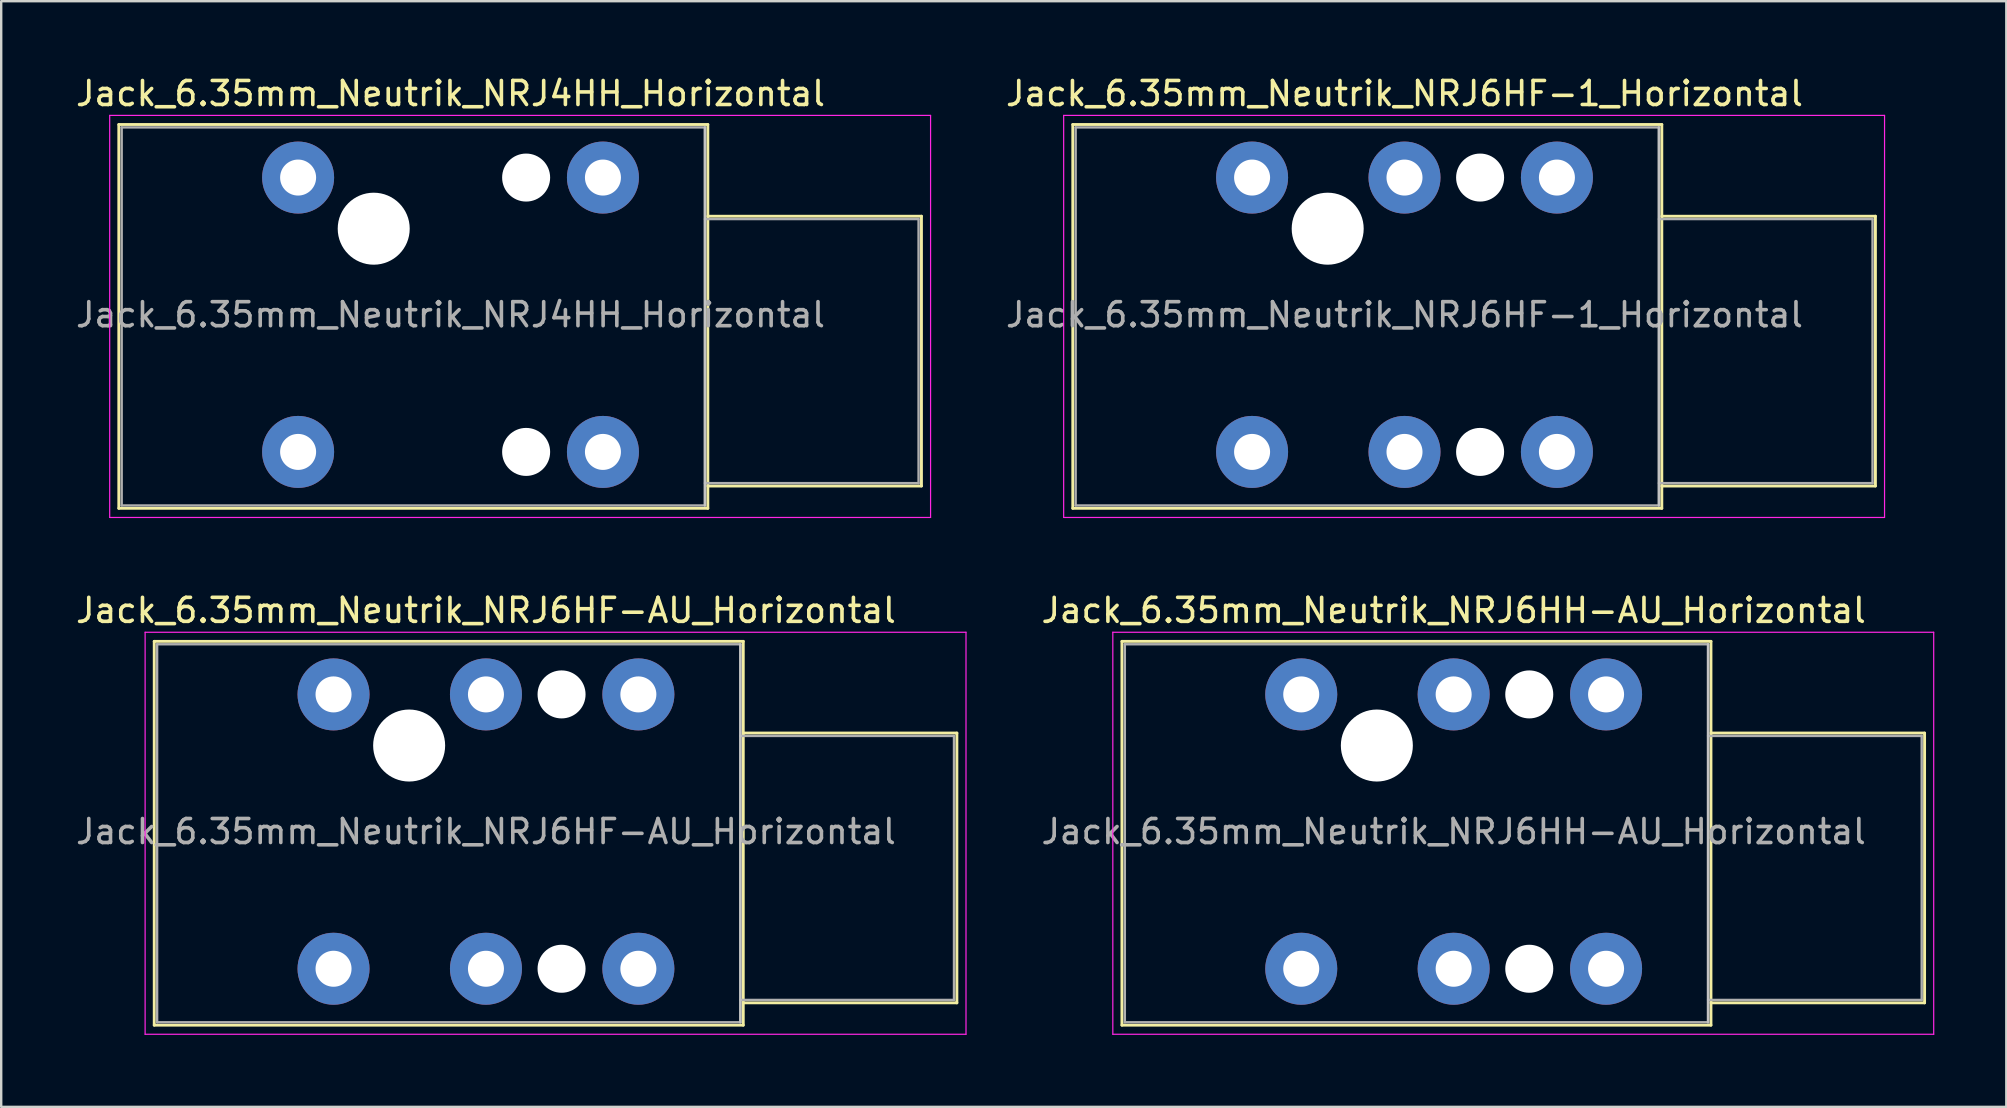
<source format=kicad_pcb>
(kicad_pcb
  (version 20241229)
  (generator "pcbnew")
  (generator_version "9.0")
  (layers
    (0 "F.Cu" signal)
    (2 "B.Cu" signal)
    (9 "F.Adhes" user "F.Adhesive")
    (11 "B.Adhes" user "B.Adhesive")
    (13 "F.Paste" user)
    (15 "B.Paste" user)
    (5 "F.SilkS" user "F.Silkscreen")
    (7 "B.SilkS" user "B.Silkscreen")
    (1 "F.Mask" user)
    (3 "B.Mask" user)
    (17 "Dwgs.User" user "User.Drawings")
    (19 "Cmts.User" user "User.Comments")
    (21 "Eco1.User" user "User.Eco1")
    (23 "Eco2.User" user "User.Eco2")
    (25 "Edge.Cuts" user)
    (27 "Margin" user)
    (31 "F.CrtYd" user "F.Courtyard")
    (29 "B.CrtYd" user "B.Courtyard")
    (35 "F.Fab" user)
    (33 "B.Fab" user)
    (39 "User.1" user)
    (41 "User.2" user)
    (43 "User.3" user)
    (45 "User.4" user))
  (footprint "Jack_6.35mm_Neutrik_NRJ6HF-1_Horizontal"
    (layer "F.Cu")
    (at 49.115 4.348)
    (property "Reference" "Jack_6.35mm_Neutrik_NRJ6HF-1_Horizontal" (at 6.35 -3.5 0) (layer "F.SilkS") (effects (font (size 1 1) (thickness 0.15))))
    (attr through_hole)
    (fp_line (start -7.47 -2.21) (end 17.07 -2.21) (stroke (width 0.12) (type solid)) (layer "F.SilkS"))
    (fp_line (start -7.47 13.78) (end -7.47 -2.21) (stroke (width 0.12) (type solid)) (layer "F.SilkS"))
    (fp_line (start -7.47 13.78) (end 17.07 13.78) (stroke (width 0.12) (type solid)) (layer "F.SilkS"))
    (fp_line (start 17.07 -2.21) (end 17.07 13.78) (stroke (width 0.12) (type solid)) (layer "F.SilkS"))
    (fp_line (start 25.97 1.61) (end 17.07 1.61) (stroke (width 0.12) (type solid)) (layer "F.SilkS"))
    (fp_line (start 25.97 12.85) (end 17.07 12.85) (stroke (width 0.12) (type solid)) (layer "F.SilkS"))
    (fp_line (start 25.97 12.85) (end 25.97 1.61) (stroke (width 0.12) (type solid)) (layer "F.SilkS"))
    (fp_line (start 16.95 -2.09) (end 16.95 13.66) (stroke (width 0.1) (type solid)) (layer "Dwgs.User"))
    (fp_line (start -7.85 14.16) (end -7.85 -2.59) (stroke (width 0.05) (type solid)) (layer "F.CrtYd"))
    (fp_line (start -7.85 14.16) (end 26.35 14.16) (stroke (width 0.05) (type solid)) (layer "F.CrtYd"))
    (fp_line (start 26.35 -2.59) (end -7.85 -2.59) (stroke (width 0.05) (type solid)) (layer "F.CrtYd"))
    (fp_line (start 26.35 14.16) (end 26.35 -2.59) (stroke (width 0.05) (type solid)) (layer "F.CrtYd"))
    (fp_line (start -7.35 -2.09) (end 16.95 -2.09) (stroke (width 0.1) (type solid)) (layer "F.Fab"))
    (fp_line (start -7.35 13.66) (end -7.35 -2.09) (stroke (width 0.1) (type solid)) (layer "F.Fab"))
    (fp_line (start 16.95 -2.09) (end 16.95 13.66) (stroke (width 0.1) (type solid)) (layer "F.Fab"))
    (fp_line (start 16.95 12.73) (end 25.85 12.73) (stroke (width 0.1) (type solid)) (layer "F.Fab"))
    (fp_line (start 16.95 13.66) (end -7.35 13.66) (stroke (width 0.1) (type solid)) (layer "F.Fab"))
    (fp_line (start 25.85 1.73) (end 16.95 1.73) (stroke (width 0.1) (type solid)) (layer "F.Fab"))
    (fp_line (start 25.85 12.73) (end 25.85 1.73) (stroke (width 0.1) (type solid)) (layer "F.Fab"))
    (fp_text user "${REFERENCE}" (at 6.35 5.715 0) (layer "F.Fab") (effects (font (size 1 1) (thickness 0.15))))
    (pad "" np_thru_hole circle (at 3.15 2.13) (size 3 3) (drill 3) (layers "*.Cu" "*.Mask"))
    (pad "" np_thru_hole circle (at 9.5 0) (size 2 2) (drill 2) (layers "*.Cu" "*.Mask"))
    (pad "" np_thru_hole circle (at 9.5 11.43) (size 2 2) (drill 2) (layers "*.Cu" "*.Mask"))
    (pad "G" thru_hole circle (at 12.7 11.43) (size 3 3) (drill 1.5) (layers "*.Cu" "*.Mask"))
    (pad "R" thru_hole circle (at 6.35 0) (size 3 3) (drill 1.5) (layers "*.Cu" "*.Mask"))
    (pad "RN" thru_hole circle (at 6.35 11.43) (size 3 3) (drill 1.5) (layers "*.Cu" "*.Mask"))
    (pad "S" thru_hole circle (at 12.7 0) (size 3 3) (drill 1.5) (layers "*.Cu" "*.Mask"))
    (pad "T" thru_hole circle (at 0 0) (size 3 3) (drill 1.5) (layers "*.Cu" "*.Mask"))
    (pad "TN" thru_hole circle (at 0 11.43) (size 3 3) (drill 1.5) (layers "*.Cu" "*.Mask")))
  (footprint "Jack_6.35mm_Neutrik_NRJ6HF-AU_Horizontal"
    (layer "F.Cu")
    (at 10.846 25.881)
    (property "Reference" "Jack_6.35mm_Neutrik_NRJ6HF-AU_Horizontal" (at 6.35 -3.5 0) (layer "F.SilkS") (effects (font (size 1 1) (thickness 0.15))))
    (attr through_hole)
    (fp_line (start -7.47 -2.21) (end 17.07 -2.21) (stroke (width 0.12) (type solid)) (layer "F.SilkS"))
    (fp_line (start -7.47 13.78) (end -7.47 -2.21) (stroke (width 0.12) (type solid)) (layer "F.SilkS"))
    (fp_line (start -7.47 13.78) (end 17.07 13.78) (stroke (width 0.12) (type solid)) (layer "F.SilkS"))
    (fp_line (start 17.07 -2.21) (end 17.07 13.78) (stroke (width 0.12) (type solid)) (layer "F.SilkS"))
    (fp_line (start 25.97 1.61) (end 17.07 1.61) (stroke (width 0.12) (type solid)) (layer "F.SilkS"))
    (fp_line (start 25.97 12.85) (end 17.07 12.85) (stroke (width 0.12) (type solid)) (layer "F.SilkS"))
    (fp_line (start 25.97 12.85) (end 25.97 1.61) (stroke (width 0.12) (type solid)) (layer "F.SilkS"))
    (fp_line (start 16.95 -2.09) (end 16.95 13.66) (stroke (width 0.1) (type solid)) (layer "Dwgs.User"))
    (fp_line (start -7.85 14.16) (end -7.85 -2.59) (stroke (width 0.05) (type solid)) (layer "F.CrtYd"))
    (fp_line (start -7.85 14.16) (end 26.35 14.16) (stroke (width 0.05) (type solid)) (layer "F.CrtYd"))
    (fp_line (start 26.35 -2.59) (end -7.85 -2.59) (stroke (width 0.05) (type solid)) (layer "F.CrtYd"))
    (fp_line (start 26.35 14.16) (end 26.35 -2.59) (stroke (width 0.05) (type solid)) (layer "F.CrtYd"))
    (fp_line (start -7.35 -2.09) (end 16.95 -2.09) (stroke (width 0.1) (type solid)) (layer "F.Fab"))
    (fp_line (start -7.35 13.66) (end -7.35 -2.09) (stroke (width 0.1) (type solid)) (layer "F.Fab"))
    (fp_line (start 16.95 -2.09) (end 16.95 13.66) (stroke (width 0.1) (type solid)) (layer "F.Fab"))
    (fp_line (start 16.95 12.73) (end 25.85 12.73) (stroke (width 0.1) (type solid)) (layer "F.Fab"))
    (fp_line (start 16.95 13.66) (end -7.35 13.66) (stroke (width 0.1) (type solid)) (layer "F.Fab"))
    (fp_line (start 25.85 1.73) (end 16.95 1.73) (stroke (width 0.1) (type solid)) (layer "F.Fab"))
    (fp_line (start 25.85 12.73) (end 25.85 1.73) (stroke (width 0.1) (type solid)) (layer "F.Fab"))
    (fp_text user "${REFERENCE}" (at 6.35 5.715 0) (layer "F.Fab") (effects (font (size 1 1) (thickness 0.15))))
    (pad "" np_thru_hole circle (at 3.15 2.13) (size 3 3) (drill 3) (layers "*.Cu" "*.Mask"))
    (pad "" np_thru_hole circle (at 9.5 0) (size 2 2) (drill 2) (layers "*.Cu" "*.Mask"))
    (pad "" np_thru_hole circle (at 9.5 11.43) (size 2 2) (drill 2) (layers "*.Cu" "*.Mask"))
    (pad "R" thru_hole circle (at 6.35 0) (size 3 3) (drill 1.5) (layers "*.Cu" "*.Mask"))
    (pad "RN" thru_hole circle (at 6.35 11.43) (size 3 3) (drill 1.5) (layers "*.Cu" "*.Mask"))
    (pad "S" thru_hole circle (at 12.7 0) (size 3 3) (drill 1.5) (layers "*.Cu" "*.Mask"))
    (pad "SN" thru_hole circle (at 12.7 11.43) (size 3 3) (drill 1.5) (layers "*.Cu" "*.Mask"))
    (pad "T" thru_hole circle (at 0 0) (size 3 3) (drill 1.5) (layers "*.Cu" "*.Mask"))
    (pad "TN" thru_hole circle (at 0 11.43) (size 3 3) (drill 1.5) (layers "*.Cu" "*.Mask")))
  (footprint "Jack_6.35mm_Neutrik_NRJ4HH_Horizontal"
    (layer "F.Cu")
    (at 9.37 4.348)
    (property "Reference" "Jack_6.35mm_Neutrik_NRJ4HH_Horizontal" (at 6.35 -3.5 0) (layer "F.SilkS") (effects (font (size 1 1) (thickness 0.15))))
    (attr through_hole)
    (fp_line (start -7.47 -2.21) (end 17.07 -2.21) (stroke (width 0.12) (type solid)) (layer "F.SilkS"))
    (fp_line (start -7.47 13.78) (end -7.47 -2.21) (stroke (width 0.12) (type solid)) (layer "F.SilkS"))
    (fp_line (start -7.47 13.78) (end 17.07 13.78) (stroke (width 0.12) (type solid)) (layer "F.SilkS"))
    (fp_line (start 17.07 -2.21) (end 17.07 13.78) (stroke (width 0.12) (type solid)) (layer "F.SilkS"))
    (fp_line (start 25.97 1.61) (end 17.07 1.61) (stroke (width 0.12) (type solid)) (layer "F.SilkS"))
    (fp_line (start 25.97 12.85) (end 17.07 12.85) (stroke (width 0.12) (type solid)) (layer "F.SilkS"))
    (fp_line (start 25.97 12.85) (end 25.97 1.61) (stroke (width 0.12) (type solid)) (layer "F.SilkS"))
    (fp_line (start 16.95 -2.09) (end 16.95 13.66) (stroke (width 0.1) (type solid)) (layer "Dwgs.User"))
    (fp_line (start -7.85 14.16) (end -7.85 -2.59) (stroke (width 0.05) (type solid)) (layer "F.CrtYd"))
    (fp_line (start -7.85 14.16) (end 26.35 14.16) (stroke (width 0.05) (type solid)) (layer "F.CrtYd"))
    (fp_line (start 26.35 -2.59) (end -7.85 -2.59) (stroke (width 0.05) (type solid)) (layer "F.CrtYd"))
    (fp_line (start 26.35 14.16) (end 26.35 -2.59) (stroke (width 0.05) (type solid)) (layer "F.CrtYd"))
    (fp_line (start -7.35 -2.09) (end 16.95 -2.09) (stroke (width 0.1) (type solid)) (layer "F.Fab"))
    (fp_line (start -7.35 13.66) (end -7.35 -2.09) (stroke (width 0.1) (type solid)) (layer "F.Fab"))
    (fp_line (start 16.95 -2.09) (end 16.95 13.66) (stroke (width 0.1) (type solid)) (layer "F.Fab"))
    (fp_line (start 16.95 12.73) (end 25.85 12.73) (stroke (width 0.1) (type solid)) (layer "F.Fab"))
    (fp_line (start 16.95 13.66) (end -7.35 13.66) (stroke (width 0.1) (type solid)) (layer "F.Fab"))
    (fp_line (start 25.85 1.73) (end 16.95 1.73) (stroke (width 0.1) (type solid)) (layer "F.Fab"))
    (fp_line (start 25.85 12.73) (end 25.85 1.73) (stroke (width 0.1) (type solid)) (layer "F.Fab"))
    (fp_text user "${REFERENCE}" (at 6.35 5.715 0) (layer "F.Fab") (effects (font (size 1 1) (thickness 0.15))))
    (pad "" np_thru_hole circle (at 3.15 2.13) (size 3 3) (drill 3) (layers "*.Cu" "*.Mask"))
    (pad "" np_thru_hole circle (at 9.5 0) (size 2 2) (drill 2) (layers "*.Cu" "*.Mask"))
    (pad "" np_thru_hole circle (at 9.5 11.43) (size 2 2) (drill 2) (layers "*.Cu" "*.Mask"))
    (pad "S" thru_hole circle (at 12.7 0) (size 3 3) (drill 1.5) (layers "*.Cu" "*.Mask"))
    (pad "SN" thru_hole circle (at 12.7 11.43) (size 3 3) (drill 1.5) (layers "*.Cu" "*.Mask"))
    (pad "T" thru_hole circle (at 0 0) (size 3 3) (drill 1.5) (layers "*.Cu" "*.Mask"))
    (pad "TN" thru_hole circle (at 0 11.43) (size 3 3) (drill 1.5) (layers "*.Cu" "*.Mask")))
  (footprint "Jack_6.35mm_Neutrik_NRJ6HH-AU_Horizontal"
    (layer "F.Cu")
    (at 51.163 25.881)
    (property "Reference" "Jack_6.35mm_Neutrik_NRJ6HH-AU_Horizontal" (at 6.35 -3.5 0) (layer "F.SilkS") (effects (font (size 1 1) (thickness 0.15))))
    (attr through_hole)
    (fp_line (start -7.47 -2.21) (end 17.07 -2.21) (stroke (width 0.12) (type solid)) (layer "F.SilkS"))
    (fp_line (start -7.47 13.78) (end -7.47 -2.21) (stroke (width 0.12) (type solid)) (layer "F.SilkS"))
    (fp_line (start -7.47 13.78) (end 17.07 13.78) (stroke (width 0.12) (type solid)) (layer "F.SilkS"))
    (fp_line (start 17.07 -2.21) (end 17.07 13.78) (stroke (width 0.12) (type solid)) (layer "F.SilkS"))
    (fp_line (start 25.97 1.61) (end 17.07 1.61) (stroke (width 0.12) (type solid)) (layer "F.SilkS"))
    (fp_line (start 25.97 12.85) (end 17.07 12.85) (stroke (width 0.12) (type solid)) (layer "F.SilkS"))
    (fp_line (start 25.97 12.85) (end 25.97 1.61) (stroke (width 0.12) (type solid)) (layer "F.SilkS"))
    (fp_line (start 16.95 -2.09) (end 16.95 13.66) (stroke (width 0.1) (type solid)) (layer "Dwgs.User"))
    (fp_line (start -7.85 14.16) (end -7.85 -2.59) (stroke (width 0.05) (type solid)) (layer "F.CrtYd"))
    (fp_line (start -7.85 14.16) (end 26.35 14.16) (stroke (width 0.05) (type solid)) (layer "F.CrtYd"))
    (fp_line (start 26.35 -2.59) (end -7.85 -2.59) (stroke (width 0.05) (type solid)) (layer "F.CrtYd"))
    (fp_line (start 26.35 14.16) (end 26.35 -2.59) (stroke (width 0.05) (type solid)) (layer "F.CrtYd"))
    (fp_line (start -7.35 -2.09) (end 16.95 -2.09) (stroke (width 0.1) (type solid)) (layer "F.Fab"))
    (fp_line (start -7.35 13.66) (end -7.35 -2.09) (stroke (width 0.1) (type solid)) (layer "F.Fab"))
    (fp_line (start 16.95 -2.09) (end 16.95 13.66) (stroke (width 0.1) (type solid)) (layer "F.Fab"))
    (fp_line (start 16.95 12.73) (end 25.85 12.73) (stroke (width 0.1) (type solid)) (layer "F.Fab"))
    (fp_line (start 16.95 13.66) (end -7.35 13.66) (stroke (width 0.1) (type solid)) (layer "F.Fab"))
    (fp_line (start 25.85 1.73) (end 16.95 1.73) (stroke (width 0.1) (type solid)) (layer "F.Fab"))
    (fp_line (start 25.85 12.73) (end 25.85 1.73) (stroke (width 0.1) (type solid)) (layer "F.Fab"))
    (fp_text user "${REFERENCE}" (at 6.35 5.715 0) (layer "F.Fab") (effects (font (size 1 1) (thickness 0.15))))
    (pad "" np_thru_hole circle (at 3.15 2.13) (size 3 3) (drill 3) (layers "*.Cu" "*.Mask"))
    (pad "" np_thru_hole circle (at 9.5 0) (size 2 2) (drill 2) (layers "*.Cu" "*.Mask"))
    (pad "" np_thru_hole circle (at 9.5 11.43) (size 2 2) (drill 2) (layers "*.Cu" "*.Mask"))
    (pad "R" thru_hole circle (at 6.35 0) (size 3 3) (drill 1.5) (layers "*.Cu" "*.Mask"))
    (pad "RN" thru_hole circle (at 6.35 11.43) (size 3 3) (drill 1.5) (layers "*.Cu" "*.Mask"))
    (pad "S" thru_hole circle (at 12.7 0) (size 3 3) (drill 1.5) (layers "*.Cu" "*.Mask"))
    (pad "SN" thru_hole circle (at 12.7 11.43) (size 3 3) (drill 1.5) (layers "*.Cu" "*.Mask"))
    (pad "T" thru_hole circle (at 0 0) (size 3 3) (drill 1.5) (layers "*.Cu" "*.Mask"))
    (pad "TN" thru_hole circle (at 0 11.43) (size 3 3) (drill 1.5) (layers "*.Cu" "*.Mask")))
  (gr_rect
    (start -3 -3)
    (end 80.538 43.066)
    (stroke (width 0.1) (type default))
    (fill no)
    (layer "Edge.Cuts")))
</source>
